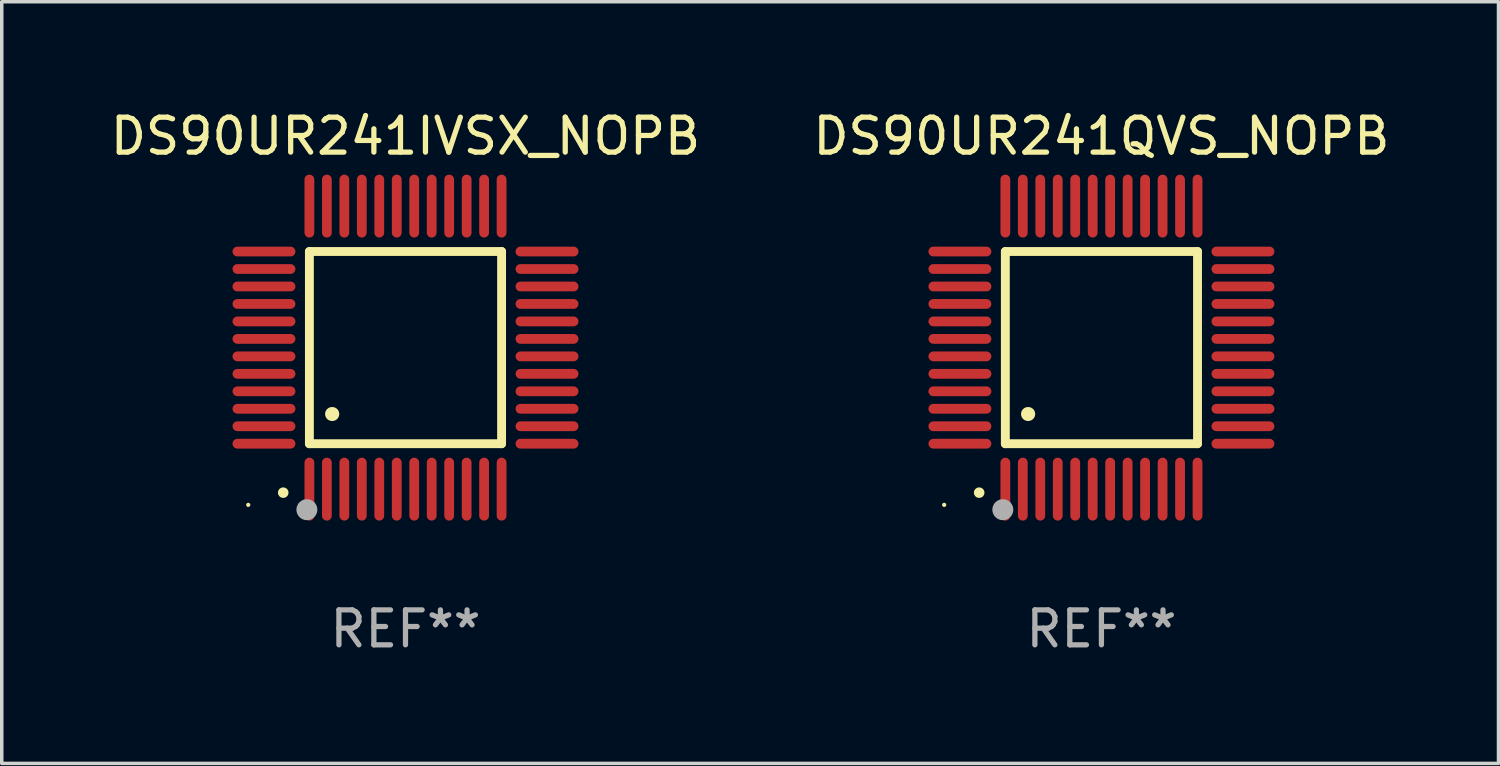
<source format=kicad_pcb>
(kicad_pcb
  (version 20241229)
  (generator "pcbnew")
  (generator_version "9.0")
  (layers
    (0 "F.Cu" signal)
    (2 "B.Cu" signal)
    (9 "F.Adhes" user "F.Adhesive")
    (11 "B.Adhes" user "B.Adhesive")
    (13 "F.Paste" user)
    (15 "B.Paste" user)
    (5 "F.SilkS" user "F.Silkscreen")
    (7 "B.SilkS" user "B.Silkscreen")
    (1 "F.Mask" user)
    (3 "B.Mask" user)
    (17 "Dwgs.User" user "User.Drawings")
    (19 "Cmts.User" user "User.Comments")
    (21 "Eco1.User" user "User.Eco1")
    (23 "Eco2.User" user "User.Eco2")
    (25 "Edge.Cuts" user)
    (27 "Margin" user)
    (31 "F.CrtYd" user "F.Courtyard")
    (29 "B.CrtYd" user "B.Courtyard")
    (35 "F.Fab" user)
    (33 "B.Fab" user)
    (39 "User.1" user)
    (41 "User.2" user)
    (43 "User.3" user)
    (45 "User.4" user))
  (footprint "DS90UR241IVSX_NOPB"
    (layer "F.Cu")
    (at 8.554 6.898)
    (property "Reference" "DS90UR241IVSX_NOPB" (at 0 -6.05 0) (layer "F.SilkS") (effects (font (size 1 1) (thickness 0.15))))
    (attr through_hole)
    (fp_line (start -2.75 -2.75) (end 2.75 -2.75) (stroke (width 0.254) (type solid)) (layer "F.SilkS"))
    (fp_line (start -2.75 2.75) (end -2.75 -2.75) (stroke (width 0.254) (type solid)) (layer "F.SilkS"))
    (fp_line (start 2.75 -2.75) (end 2.75 2.75) (stroke (width 0.254) (type solid)) (layer "F.SilkS"))
    (fp_line (start 2.75 2.75) (end -2.75 2.75) (stroke (width 0.254) (type solid)) (layer "F.SilkS"))
    (fp_arc (start -3.500127 4.150368) (mid -3.498857 4.150363) (end -3.497587 4.150368) (stroke (width 0.3) (type solid)) (layer "F.SilkS"))
    (fp_arc (start -2.100584 1.899924) (mid -2.098044 1.899908) (end -2.095504 1.899924) (stroke (width 0.4) (type solid)) (layer "F.SilkS"))
    (fp_circle (center -4.5 4.5) (end -4.47 4.5) (stroke (width 0.06) (type solid)) (fill no) (layer "F.SilkS"))
    (fp_circle (center -2.822 4.638) (end -2.672 4.638) (stroke (width 0.3) (type solid)) (fill no) (layer "F.Fab"))
    (fp_text user "REF**" (at 0 8.05 0) (layer "F.Fab") (effects (font (size 1 1) (thickness 0.15))))
    (pad "1" smd oval (at -2.75 4.05) (size 0.28 1.8) (layers "F.Cu" "F.Mask" "F.Paste"))
    (pad "2" smd oval (at -2.25 4.05) (size 0.28 1.8) (layers "F.Cu" "F.Mask" "F.Paste"))
    (pad "3" smd oval (at -1.75 4.05) (size 0.28 1.8) (layers "F.Cu" "F.Mask" "F.Paste"))
    (pad "4" smd oval (at -1.25 4.05) (size 0.28 1.8) (layers "F.Cu" "F.Mask" "F.Paste"))
    (pad "5" smd oval (at -0.75 4.05) (size 0.28 1.8) (layers "F.Cu" "F.Mask" "F.Paste"))
    (pad "6" smd oval (at -0.25 4.05) (size 0.28 1.8) (layers "F.Cu" "F.Mask" "F.Paste"))
    (pad "7" smd oval (at 0.25 4.05) (size 0.28 1.8) (layers "F.Cu" "F.Mask" "F.Paste"))
    (pad "8" smd oval (at 0.75 4.05) (size 0.28 1.8) (layers "F.Cu" "F.Mask" "F.Paste"))
    (pad "9" smd oval (at 1.25 4.05) (size 0.28 1.8) (layers "F.Cu" "F.Mask" "F.Paste"))
    (pad "10" smd oval (at 1.75 4.05) (size 0.28 1.8) (layers "F.Cu" "F.Mask" "F.Paste"))
    (pad "11" smd oval (at 2.25 4.05) (size 0.28 1.8) (layers "F.Cu" "F.Mask" "F.Paste"))
    (pad "12" smd oval (at 2.75 4.05) (size 0.28 1.8) (layers "F.Cu" "F.Mask" "F.Paste"))
    (pad "13" smd oval (at 4.05 2.75) (size 1.8 0.28) (layers "F.Cu" "F.Mask" "F.Paste"))
    (pad "14" smd oval (at 4.05 2.25) (size 1.8 0.28) (layers "F.Cu" "F.Mask" "F.Paste"))
    (pad "15" smd oval (at 4.05 1.75) (size 1.8 0.28) (layers "F.Cu" "F.Mask" "F.Paste"))
    (pad "16" smd oval (at 4.05 1.25) (size 1.8 0.28) (layers "F.Cu" "F.Mask" "F.Paste"))
    (pad "17" smd oval (at 4.05 0.75) (size 1.8 0.28) (layers "F.Cu" "F.Mask" "F.Paste"))
    (pad "18" smd oval (at 4.05 0.25) (size 1.8 0.28) (layers "F.Cu" "F.Mask" "F.Paste"))
    (pad "19" smd oval (at 4.05 -0.25) (size 1.8 0.28) (layers "F.Cu" "F.Mask" "F.Paste"))
    (pad "20" smd oval (at 4.05 -0.75) (size 1.8 0.28) (layers "F.Cu" "F.Mask" "F.Paste"))
    (pad "21" smd oval (at 4.05 -1.25) (size 1.8 0.28) (layers "F.Cu" "F.Mask" "F.Paste"))
    (pad "22" smd oval (at 4.05 -1.75) (size 1.8 0.28) (layers "F.Cu" "F.Mask" "F.Paste"))
    (pad "23" smd oval (at 4.05 -2.25) (size 1.8 0.28) (layers "F.Cu" "F.Mask" "F.Paste"))
    (pad "24" smd oval (at 4.05 -2.75) (size 1.8 0.28) (layers "F.Cu" "F.Mask" "F.Paste"))
    (pad "25" smd oval (at 2.75 -4.05) (size 0.28 1.8) (layers "F.Cu" "F.Mask" "F.Paste"))
    (pad "26" smd oval (at 2.25 -4.05) (size 0.28 1.8) (layers "F.Cu" "F.Mask" "F.Paste"))
    (pad "27" smd oval (at 1.75 -4.05) (size 0.28 1.8) (layers "F.Cu" "F.Mask" "F.Paste"))
    (pad "28" smd oval (at 1.25 -4.05) (size 0.28 1.8) (layers "F.Cu" "F.Mask" "F.Paste"))
    (pad "29" smd oval (at 0.75 -4.05) (size 0.28 1.8) (layers "F.Cu" "F.Mask" "F.Paste"))
    (pad "30" smd oval (at 0.25 -4.05) (size 0.28 1.8) (layers "F.Cu" "F.Mask" "F.Paste"))
    (pad "31" smd oval (at -0.25 -4.05) (size 0.28 1.8) (layers "F.Cu" "F.Mask" "F.Paste"))
    (pad "32" smd oval (at -0.75 -4.05) (size 0.28 1.8) (layers "F.Cu" "F.Mask" "F.Paste"))
    (pad "33" smd oval (at -1.25 -4.05) (size 0.28 1.8) (layers "F.Cu" "F.Mask" "F.Paste"))
    (pad "34" smd oval (at -1.75 -4.05) (size 0.28 1.8) (layers "F.Cu" "F.Mask" "F.Paste"))
    (pad "35" smd oval (at -2.25 -4.05) (size 0.28 1.8) (layers "F.Cu" "F.Mask" "F.Paste"))
    (pad "36" smd oval (at -2.75 -4.05) (size 0.28 1.8) (layers "F.Cu" "F.Mask" "F.Paste"))
    (pad "37" smd oval (at -4.05 -2.75) (size 1.8 0.28) (layers "F.Cu" "F.Mask" "F.Paste"))
    (pad "38" smd oval (at -4.05 -2.25) (size 1.8 0.28) (layers "F.Cu" "F.Mask" "F.Paste"))
    (pad "39" smd oval (at -4.05 -1.75) (size 1.8 0.28) (layers "F.Cu" "F.Mask" "F.Paste"))
    (pad "40" smd oval (at -4.05 -1.25) (size 1.8 0.28) (layers "F.Cu" "F.Mask" "F.Paste"))
    (pad "41" smd oval (at -4.05 -0.75) (size 1.8 0.28) (layers "F.Cu" "F.Mask" "F.Paste"))
    (pad "42" smd oval (at -4.05 -0.25) (size 1.8 0.28) (layers "F.Cu" "F.Mask" "F.Paste"))
    (pad "43" smd oval (at -4.05 0.25) (size 1.8 0.28) (layers "F.Cu" "F.Mask" "F.Paste"))
    (pad "44" smd oval (at -4.05 0.75) (size 1.8 0.28) (layers "F.Cu" "F.Mask" "F.Paste"))
    (pad "45" smd oval (at -4.05 1.25) (size 1.8 0.28) (layers "F.Cu" "F.Mask" "F.Paste"))
    (pad "46" smd oval (at -4.05 1.75) (size 1.8 0.28) (layers "F.Cu" "F.Mask" "F.Paste"))
    (pad "47" smd oval (at -4.05 2.25) (size 1.8 0.28) (layers "F.Cu" "F.Mask" "F.Paste"))
    (pad "48" smd oval (at -4.05 2.75) (size 1.8 0.28) (layers "F.Cu" "F.Mask" "F.Paste")))
  (footprint "DS90UR241QVS_NOPB"
    (layer "F.Cu")
    (at 28.47 6.898)
    (property "Reference" "DS90UR241QVS_NOPB" (at 0 -6.05 0) (layer "F.SilkS") (effects (font (size 1 1) (thickness 0.15))))
    (attr through_hole)
    (fp_line (start -2.75 -2.75) (end 2.75 -2.75) (stroke (width 0.254) (type solid)) (layer "F.SilkS"))
    (fp_line (start -2.75 2.75) (end -2.75 -2.75) (stroke (width 0.254) (type solid)) (layer "F.SilkS"))
    (fp_line (start 2.75 -2.75) (end 2.75 2.75) (stroke (width 0.254) (type solid)) (layer "F.SilkS"))
    (fp_line (start 2.75 2.75) (end -2.75 2.75) (stroke (width 0.254) (type solid)) (layer "F.SilkS"))
    (fp_arc (start -3.500127 4.150368) (mid -3.498857 4.150363) (end -3.497587 4.150368) (stroke (width 0.3) (type solid)) (layer "F.SilkS"))
    (fp_arc (start -2.100584 1.899924) (mid -2.098044 1.899908) (end -2.095504 1.899924) (stroke (width 0.4) (type solid)) (layer "F.SilkS"))
    (fp_circle (center -4.5 4.5) (end -4.47 4.5) (stroke (width 0.06) (type solid)) (fill no) (layer "F.SilkS"))
    (fp_circle (center -2.822 4.638) (end -2.672 4.638) (stroke (width 0.3) (type solid)) (fill no) (layer "F.Fab"))
    (fp_text user "REF**" (at 0 8.05 0) (layer "F.Fab") (effects (font (size 1 1) (thickness 0.15))))
    (pad "1" smd oval (at -2.75 4.05) (size 0.28 1.8) (layers "F.Cu" "F.Mask" "F.Paste"))
    (pad "2" smd oval (at -2.25 4.05) (size 0.28 1.8) (layers "F.Cu" "F.Mask" "F.Paste"))
    (pad "3" smd oval (at -1.75 4.05) (size 0.28 1.8) (layers "F.Cu" "F.Mask" "F.Paste"))
    (pad "4" smd oval (at -1.25 4.05) (size 0.28 1.8) (layers "F.Cu" "F.Mask" "F.Paste"))
    (pad "5" smd oval (at -0.75 4.05) (size 0.28 1.8) (layers "F.Cu" "F.Mask" "F.Paste"))
    (pad "6" smd oval (at -0.25 4.05) (size 0.28 1.8) (layers "F.Cu" "F.Mask" "F.Paste"))
    (pad "7" smd oval (at 0.25 4.05) (size 0.28 1.8) (layers "F.Cu" "F.Mask" "F.Paste"))
    (pad "8" smd oval (at 0.75 4.05) (size 0.28 1.8) (layers "F.Cu" "F.Mask" "F.Paste"))
    (pad "9" smd oval (at 1.25 4.05) (size 0.28 1.8) (layers "F.Cu" "F.Mask" "F.Paste"))
    (pad "10" smd oval (at 1.75 4.05) (size 0.28 1.8) (layers "F.Cu" "F.Mask" "F.Paste"))
    (pad "11" smd oval (at 2.25 4.05) (size 0.28 1.8) (layers "F.Cu" "F.Mask" "F.Paste"))
    (pad "12" smd oval (at 2.75 4.05) (size 0.28 1.8) (layers "F.Cu" "F.Mask" "F.Paste"))
    (pad "13" smd oval (at 4.05 2.75) (size 1.8 0.28) (layers "F.Cu" "F.Mask" "F.Paste"))
    (pad "14" smd oval (at 4.05 2.25) (size 1.8 0.28) (layers "F.Cu" "F.Mask" "F.Paste"))
    (pad "15" smd oval (at 4.05 1.75) (size 1.8 0.28) (layers "F.Cu" "F.Mask" "F.Paste"))
    (pad "16" smd oval (at 4.05 1.25) (size 1.8 0.28) (layers "F.Cu" "F.Mask" "F.Paste"))
    (pad "17" smd oval (at 4.05 0.75) (size 1.8 0.28) (layers "F.Cu" "F.Mask" "F.Paste"))
    (pad "18" smd oval (at 4.05 0.25) (size 1.8 0.28) (layers "F.Cu" "F.Mask" "F.Paste"))
    (pad "19" smd oval (at 4.05 -0.25) (size 1.8 0.28) (layers "F.Cu" "F.Mask" "F.Paste"))
    (pad "20" smd oval (at 4.05 -0.75) (size 1.8 0.28) (layers "F.Cu" "F.Mask" "F.Paste"))
    (pad "21" smd oval (at 4.05 -1.25) (size 1.8 0.28) (layers "F.Cu" "F.Mask" "F.Paste"))
    (pad "22" smd oval (at 4.05 -1.75) (size 1.8 0.28) (layers "F.Cu" "F.Mask" "F.Paste"))
    (pad "23" smd oval (at 4.05 -2.25) (size 1.8 0.28) (layers "F.Cu" "F.Mask" "F.Paste"))
    (pad "24" smd oval (at 4.05 -2.75) (size 1.8 0.28) (layers "F.Cu" "F.Mask" "F.Paste"))
    (pad "25" smd oval (at 2.75 -4.05) (size 0.28 1.8) (layers "F.Cu" "F.Mask" "F.Paste"))
    (pad "26" smd oval (at 2.25 -4.05) (size 0.28 1.8) (layers "F.Cu" "F.Mask" "F.Paste"))
    (pad "27" smd oval (at 1.75 -4.05) (size 0.28 1.8) (layers "F.Cu" "F.Mask" "F.Paste"))
    (pad "28" smd oval (at 1.25 -4.05) (size 0.28 1.8) (layers "F.Cu" "F.Mask" "F.Paste"))
    (pad "29" smd oval (at 0.75 -4.05) (size 0.28 1.8) (layers "F.Cu" "F.Mask" "F.Paste"))
    (pad "30" smd oval (at 0.25 -4.05) (size 0.28 1.8) (layers "F.Cu" "F.Mask" "F.Paste"))
    (pad "31" smd oval (at -0.25 -4.05) (size 0.28 1.8) (layers "F.Cu" "F.Mask" "F.Paste"))
    (pad "32" smd oval (at -0.75 -4.05) (size 0.28 1.8) (layers "F.Cu" "F.Mask" "F.Paste"))
    (pad "33" smd oval (at -1.25 -4.05) (size 0.28 1.8) (layers "F.Cu" "F.Mask" "F.Paste"))
    (pad "34" smd oval (at -1.75 -4.05) (size 0.28 1.8) (layers "F.Cu" "F.Mask" "F.Paste"))
    (pad "35" smd oval (at -2.25 -4.05) (size 0.28 1.8) (layers "F.Cu" "F.Mask" "F.Paste"))
    (pad "36" smd oval (at -2.75 -4.05) (size 0.28 1.8) (layers "F.Cu" "F.Mask" "F.Paste"))
    (pad "37" smd oval (at -4.05 -2.75) (size 1.8 0.28) (layers "F.Cu" "F.Mask" "F.Paste"))
    (pad "38" smd oval (at -4.05 -2.25) (size 1.8 0.28) (layers "F.Cu" "F.Mask" "F.Paste"))
    (pad "39" smd oval (at -4.05 -1.75) (size 1.8 0.28) (layers "F.Cu" "F.Mask" "F.Paste"))
    (pad "40" smd oval (at -4.05 -1.25) (size 1.8 0.28) (layers "F.Cu" "F.Mask" "F.Paste"))
    (pad "41" smd oval (at -4.05 -0.75) (size 1.8 0.28) (layers "F.Cu" "F.Mask" "F.Paste"))
    (pad "42" smd oval (at -4.05 -0.25) (size 1.8 0.28) (layers "F.Cu" "F.Mask" "F.Paste"))
    (pad "43" smd oval (at -4.05 0.25) (size 1.8 0.28) (layers "F.Cu" "F.Mask" "F.Paste"))
    (pad "44" smd oval (at -4.05 0.75) (size 1.8 0.28) (layers "F.Cu" "F.Mask" "F.Paste"))
    (pad "45" smd oval (at -4.05 1.25) (size 1.8 0.28) (layers "F.Cu" "F.Mask" "F.Paste"))
    (pad "46" smd oval (at -4.05 1.75) (size 1.8 0.28) (layers "F.Cu" "F.Mask" "F.Paste"))
    (pad "47" smd oval (at -4.05 2.25) (size 1.8 0.28) (layers "F.Cu" "F.Mask" "F.Paste"))
    (pad "48" smd oval (at -4.05 2.75) (size 1.8 0.28) (layers "F.Cu" "F.Mask" "F.Paste")))
  (gr_rect
    (start -3 -3)
    (end 39.833 18.797)
    (stroke (width 0.1) (type default))
    (fill no)
    (layer "Edge.Cuts")))
</source>
